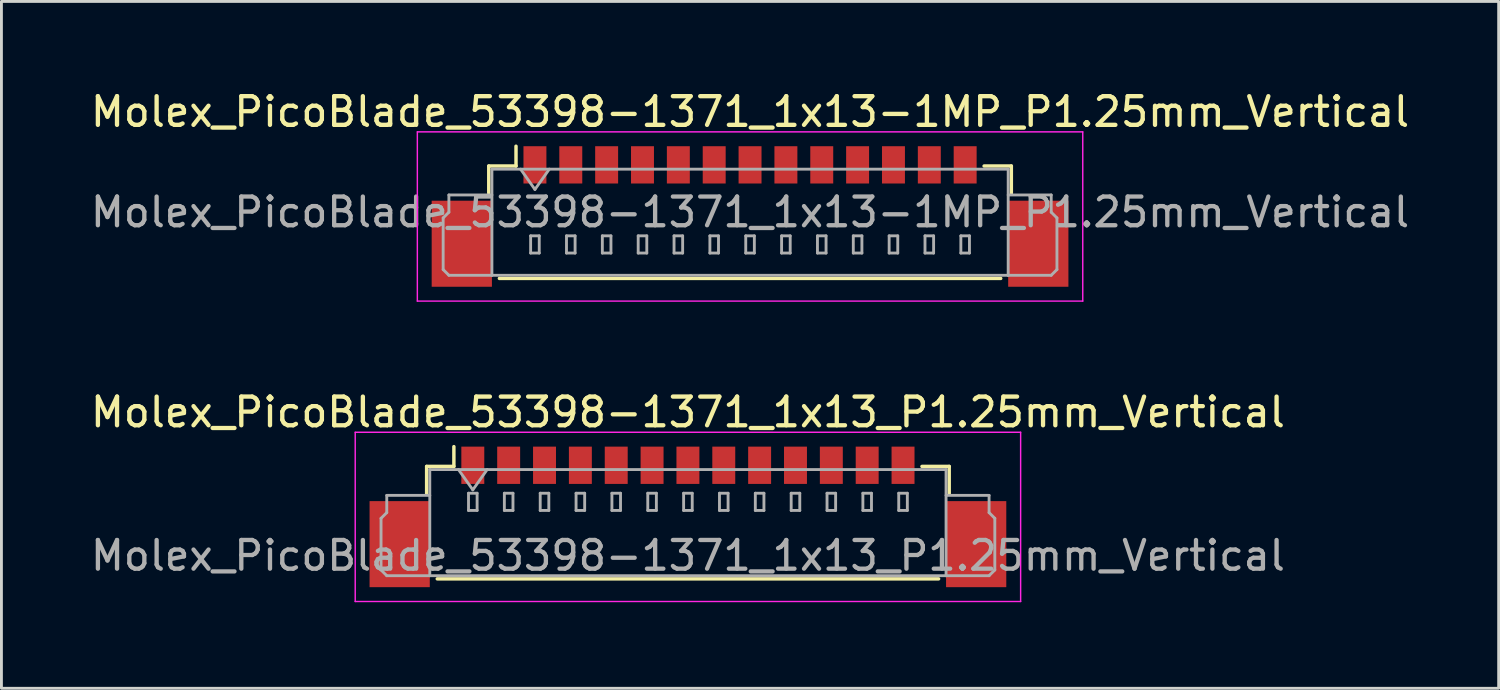
<source format=kicad_pcb>
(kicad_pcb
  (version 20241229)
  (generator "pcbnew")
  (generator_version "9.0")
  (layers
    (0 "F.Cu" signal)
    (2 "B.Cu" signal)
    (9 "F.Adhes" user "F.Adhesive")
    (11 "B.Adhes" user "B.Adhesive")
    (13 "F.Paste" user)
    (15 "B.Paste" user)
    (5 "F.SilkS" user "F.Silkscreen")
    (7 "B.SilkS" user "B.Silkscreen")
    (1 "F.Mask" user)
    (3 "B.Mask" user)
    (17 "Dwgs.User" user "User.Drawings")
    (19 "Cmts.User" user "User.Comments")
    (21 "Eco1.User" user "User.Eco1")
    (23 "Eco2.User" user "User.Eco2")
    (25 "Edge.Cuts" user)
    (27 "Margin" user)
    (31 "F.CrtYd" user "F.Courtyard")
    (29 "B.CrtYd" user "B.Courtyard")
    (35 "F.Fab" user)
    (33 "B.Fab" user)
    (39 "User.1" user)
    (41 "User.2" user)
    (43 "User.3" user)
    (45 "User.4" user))
  (footprint "Molex_PicoBlade_53398-1371_1x13-1MP_P1.25mm_Vertical"
    (layer "F.Cu")
    (at 23.101 3.948)
    (property "Reference" "Molex_PicoBlade_53398-1371_1x13-1MP_P1.25mm_Vertical" (at 0 -3.1 0) (layer "F.SilkS") (effects (font (size 1 1) (thickness 0.15))))
    (attr smd)
    (fp_line (start -9.11 -1.21) (end -8.16 -1.21) (stroke (width 0.12) (type solid)) (layer "F.SilkS"))
    (fp_line (start -9.11 -0.26) (end -9.11 -1.21) (stroke (width 0.12) (type solid)) (layer "F.SilkS"))
    (fp_line (start -8.74 2.71) (end 8.74 2.71) (stroke (width 0.12) (type solid)) (layer "F.SilkS"))
    (fp_line (start -8.16 -1.21) (end -8.16 -1.9) (stroke (width 0.12) (type solid)) (layer "F.SilkS"))
    (fp_line (start 9.11 -1.21) (end 8.16 -1.21) (stroke (width 0.12) (type solid)) (layer "F.SilkS"))
    (fp_line (start 9.11 -0.26) (end 9.11 -1.21) (stroke (width 0.12) (type solid)) (layer "F.SilkS"))
    (fp_line (start -11.6 -2.4) (end -11.6 3.5) (stroke (width 0.05) (type solid)) (layer "F.CrtYd"))
    (fp_line (start -11.6 3.5) (end 11.6 3.5) (stroke (width 0.05) (type solid)) (layer "F.CrtYd"))
    (fp_line (start 11.6 -2.4) (end -11.6 -2.4) (stroke (width 0.05) (type solid)) (layer "F.CrtYd"))
    (fp_line (start 11.6 3.5) (end 11.6 -2.4) (stroke (width 0.05) (type solid)) (layer "F.CrtYd"))
    (fp_line (start -10.7 0.6) (end -10.5 0.4) (stroke (width 0.1) (type solid)) (layer "F.Fab"))
    (fp_line (start -10.7 2.4) (end -10.7 0.6) (stroke (width 0.1) (type solid)) (layer "F.Fab"))
    (fp_line (start -10.5 -0.2) (end -9 -0.2) (stroke (width 0.1) (type solid)) (layer "F.Fab"))
    (fp_line (start -10.5 0.4) (end -10.5 -0.2) (stroke (width 0.1) (type solid)) (layer "F.Fab"))
    (fp_line (start -10.5 2.6) (end -10.7 2.4) (stroke (width 0.1) (type solid)) (layer "F.Fab"))
    (fp_line (start -9 -1.1) (end -9 2.6) (stroke (width 0.1) (type solid)) (layer "F.Fab"))
    (fp_line (start -9 -1.1) (end 9 -1.1) (stroke (width 0.1) (type solid)) (layer "F.Fab"))
    (fp_line (start -9 2.6) (end -10.5 2.6) (stroke (width 0.1) (type solid)) (layer "F.Fab"))
    (fp_line (start -9 2.6) (end 9 2.6) (stroke (width 0.1) (type solid)) (layer "F.Fab"))
    (fp_line (start -8 -1.1) (end -7.5 -0.393) (stroke (width 0.1) (type solid)) (layer "F.Fab"))
    (fp_line (start -7.65 1.225) (end -7.65 1.825) (stroke (width 0.1) (type solid)) (layer "F.Fab"))
    (fp_line (start -7.65 1.825) (end -7.35 1.825) (stroke (width 0.1) (type solid)) (layer "F.Fab"))
    (fp_line (start -7.5 -0.393) (end -7 -1.1) (stroke (width 0.1) (type solid)) (layer "F.Fab"))
    (fp_line (start -7.35 1.225) (end -7.65 1.225) (stroke (width 0.1) (type solid)) (layer "F.Fab"))
    (fp_line (start -7.35 1.825) (end -7.35 1.225) (stroke (width 0.1) (type solid)) (layer "F.Fab"))
    (fp_line (start -6.4 1.225) (end -6.4 1.825) (stroke (width 0.1) (type solid)) (layer "F.Fab"))
    (fp_line (start -6.4 1.825) (end -6.1 1.825) (stroke (width 0.1) (type solid)) (layer "F.Fab"))
    (fp_line (start -6.1 1.225) (end -6.4 1.225) (stroke (width 0.1) (type solid)) (layer "F.Fab"))
    (fp_line (start -6.1 1.825) (end -6.1 1.225) (stroke (width 0.1) (type solid)) (layer "F.Fab"))
    (fp_line (start -5.15 1.225) (end -5.15 1.825) (stroke (width 0.1) (type solid)) (layer "F.Fab"))
    (fp_line (start -5.15 1.825) (end -4.85 1.825) (stroke (width 0.1) (type solid)) (layer "F.Fab"))
    (fp_line (start -4.85 1.225) (end -5.15 1.225) (stroke (width 0.1) (type solid)) (layer "F.Fab"))
    (fp_line (start -4.85 1.825) (end -4.85 1.225) (stroke (width 0.1) (type solid)) (layer "F.Fab"))
    (fp_line (start -3.9 1.225) (end -3.9 1.825) (stroke (width 0.1) (type solid)) (layer "F.Fab"))
    (fp_line (start -3.9 1.825) (end -3.6 1.825) (stroke (width 0.1) (type solid)) (layer "F.Fab"))
    (fp_line (start -3.6 1.225) (end -3.9 1.225) (stroke (width 0.1) (type solid)) (layer "F.Fab"))
    (fp_line (start -3.6 1.825) (end -3.6 1.225) (stroke (width 0.1) (type solid)) (layer "F.Fab"))
    (fp_line (start -2.65 1.225) (end -2.65 1.825) (stroke (width 0.1) (type solid)) (layer "F.Fab"))
    (fp_line (start -2.65 1.825) (end -2.35 1.825) (stroke (width 0.1) (type solid)) (layer "F.Fab"))
    (fp_line (start -2.35 1.225) (end -2.65 1.225) (stroke (width 0.1) (type solid)) (layer "F.Fab"))
    (fp_line (start -2.35 1.825) (end -2.35 1.225) (stroke (width 0.1) (type solid)) (layer "F.Fab"))
    (fp_line (start -1.4 1.225) (end -1.4 1.825) (stroke (width 0.1) (type solid)) (layer "F.Fab"))
    (fp_line (start -1.4 1.825) (end -1.1 1.825) (stroke (width 0.1) (type solid)) (layer "F.Fab"))
    (fp_line (start -1.1 1.225) (end -1.4 1.225) (stroke (width 0.1) (type solid)) (layer "F.Fab"))
    (fp_line (start -1.1 1.825) (end -1.1 1.225) (stroke (width 0.1) (type solid)) (layer "F.Fab"))
    (fp_line (start -0.15 1.225) (end -0.15 1.825) (stroke (width 0.1) (type solid)) (layer "F.Fab"))
    (fp_line (start -0.15 1.825) (end 0.15 1.825) (stroke (width 0.1) (type solid)) (layer "F.Fab"))
    (fp_line (start 0.15 1.225) (end -0.15 1.225) (stroke (width 0.1) (type solid)) (layer "F.Fab"))
    (fp_line (start 0.15 1.825) (end 0.15 1.225) (stroke (width 0.1) (type solid)) (layer "F.Fab"))
    (fp_line (start 1.1 1.225) (end 1.1 1.825) (stroke (width 0.1) (type solid)) (layer "F.Fab"))
    (fp_line (start 1.1 1.825) (end 1.4 1.825) (stroke (width 0.1) (type solid)) (layer "F.Fab"))
    (fp_line (start 1.4 1.225) (end 1.1 1.225) (stroke (width 0.1) (type solid)) (layer "F.Fab"))
    (fp_line (start 1.4 1.825) (end 1.4 1.225) (stroke (width 0.1) (type solid)) (layer "F.Fab"))
    (fp_line (start 2.35 1.225) (end 2.35 1.825) (stroke (width 0.1) (type solid)) (layer "F.Fab"))
    (fp_line (start 2.35 1.825) (end 2.65 1.825) (stroke (width 0.1) (type solid)) (layer "F.Fab"))
    (fp_line (start 2.65 1.225) (end 2.35 1.225) (stroke (width 0.1) (type solid)) (layer "F.Fab"))
    (fp_line (start 2.65 1.825) (end 2.65 1.225) (stroke (width 0.1) (type solid)) (layer "F.Fab"))
    (fp_line (start 3.6 1.225) (end 3.6 1.825) (stroke (width 0.1) (type solid)) (layer "F.Fab"))
    (fp_line (start 3.6 1.825) (end 3.9 1.825) (stroke (width 0.1) (type solid)) (layer "F.Fab"))
    (fp_line (start 3.9 1.225) (end 3.6 1.225) (stroke (width 0.1) (type solid)) (layer "F.Fab"))
    (fp_line (start 3.9 1.825) (end 3.9 1.225) (stroke (width 0.1) (type solid)) (layer "F.Fab"))
    (fp_line (start 4.85 1.225) (end 4.85 1.825) (stroke (width 0.1) (type solid)) (layer "F.Fab"))
    (fp_line (start 4.85 1.825) (end 5.15 1.825) (stroke (width 0.1) (type solid)) (layer "F.Fab"))
    (fp_line (start 5.15 1.225) (end 4.85 1.225) (stroke (width 0.1) (type solid)) (layer "F.Fab"))
    (fp_line (start 5.15 1.825) (end 5.15 1.225) (stroke (width 0.1) (type solid)) (layer "F.Fab"))
    (fp_line (start 6.1 1.225) (end 6.1 1.825) (stroke (width 0.1) (type solid)) (layer "F.Fab"))
    (fp_line (start 6.1 1.825) (end 6.4 1.825) (stroke (width 0.1) (type solid)) (layer "F.Fab"))
    (fp_line (start 6.4 1.225) (end 6.1 1.225) (stroke (width 0.1) (type solid)) (layer "F.Fab"))
    (fp_line (start 6.4 1.825) (end 6.4 1.225) (stroke (width 0.1) (type solid)) (layer "F.Fab"))
    (fp_line (start 7.35 1.225) (end 7.35 1.825) (stroke (width 0.1) (type solid)) (layer "F.Fab"))
    (fp_line (start 7.35 1.825) (end 7.65 1.825) (stroke (width 0.1) (type solid)) (layer "F.Fab"))
    (fp_line (start 7.65 1.225) (end 7.35 1.225) (stroke (width 0.1) (type solid)) (layer "F.Fab"))
    (fp_line (start 7.65 1.825) (end 7.65 1.225) (stroke (width 0.1) (type solid)) (layer "F.Fab"))
    (fp_line (start 9 -1.1) (end 9 2.6) (stroke (width 0.1) (type solid)) (layer "F.Fab"))
    (fp_line (start 9 2.6) (end 10.5 2.6) (stroke (width 0.1) (type solid)) (layer "F.Fab"))
    (fp_line (start 10.5 -0.2) (end 9 -0.2) (stroke (width 0.1) (type solid)) (layer "F.Fab"))
    (fp_line (start 10.5 0.4) (end 10.5 -0.2) (stroke (width 0.1) (type solid)) (layer "F.Fab"))
    (fp_line (start 10.5 2.6) (end 10.7 2.4) (stroke (width 0.1) (type solid)) (layer "F.Fab"))
    (fp_line (start 10.7 0.6) (end 10.5 0.4) (stroke (width 0.1) (type solid)) (layer "F.Fab"))
    (fp_line (start 10.7 2.4) (end 10.7 0.6) (stroke (width 0.1) (type solid)) (layer "F.Fab"))
    (fp_text user "${REFERENCE}" (at 0 0.4 0) (layer "F.Fab") (effects (font (size 1 1) (thickness 0.15))))
    (pad "1" smd rect (at -7.5 -1.25) (size 0.8 1.3) (layers "F.Cu" "F.Mask" "F.Paste"))
    (pad "2" smd rect (at -6.25 -1.25) (size 0.8 1.3) (layers "F.Cu" "F.Mask" "F.Paste"))
    (pad "3" smd rect (at -5 -1.25) (size 0.8 1.3) (layers "F.Cu" "F.Mask" "F.Paste"))
    (pad "4" smd rect (at -3.75 -1.25) (size 0.8 1.3) (layers "F.Cu" "F.Mask" "F.Paste"))
    (pad "5" smd rect (at -2.5 -1.25) (size 0.8 1.3) (layers "F.Cu" "F.Mask" "F.Paste"))
    (pad "6" smd rect (at -1.25 -1.25) (size 0.8 1.3) (layers "F.Cu" "F.Mask" "F.Paste"))
    (pad "7" smd rect (at 0 -1.25) (size 0.8 1.3) (layers "F.Cu" "F.Mask" "F.Paste"))
    (pad "8" smd rect (at 1.25 -1.25) (size 0.8 1.3) (layers "F.Cu" "F.Mask" "F.Paste"))
    (pad "9" smd rect (at 2.5 -1.25) (size 0.8 1.3) (layers "F.Cu" "F.Mask" "F.Paste"))
    (pad "10" smd rect (at 3.75 -1.25) (size 0.8 1.3) (layers "F.Cu" "F.Mask" "F.Paste"))
    (pad "11" smd rect (at 5 -1.25) (size 0.8 1.3) (layers "F.Cu" "F.Mask" "F.Paste"))
    (pad "12" smd rect (at 6.25 -1.25) (size 0.8 1.3) (layers "F.Cu" "F.Mask" "F.Paste"))
    (pad "13" smd rect (at 7.5 -1.25) (size 0.8 1.3) (layers "F.Cu" "F.Mask" "F.Paste"))
    (pad "MP" smd rect (at -10.05 1.5) (size 2.1 3) (layers "F.Cu" "F.Mask" "F.Paste"))
    (pad "MP" smd rect (at 10.05 1.5) (size 2.1 3) (layers "F.Cu" "F.Mask" "F.Paste")))
  (footprint "Molex_PicoBlade_53398-1371_1x13_P1.25mm_Vertical"
    (layer "F.Cu")
    (at 20.935 14.972)
    (property "Reference" "Molex_PicoBlade_53398-1371_1x13_P1.25mm_Vertical" (at 0 -3.65 0) (layer "F.SilkS") (effects (font (size 1 1) (thickness 0.15))))
    (attr smd)
    (fp_line (start -9.11 -1.76) (end -8.16 -1.76) (stroke (width 0.12) (type solid)) (layer "F.SilkS"))
    (fp_line (start -9.11 -0.81) (end -9.11 -1.76) (stroke (width 0.12) (type solid)) (layer "F.SilkS"))
    (fp_line (start -8.74 2.16) (end 8.74 2.16) (stroke (width 0.12) (type solid)) (layer "F.SilkS"))
    (fp_line (start -8.16 -1.76) (end -8.16 -2.45) (stroke (width 0.12) (type solid)) (layer "F.SilkS"))
    (fp_line (start 9.11 -1.76) (end 8.16 -1.76) (stroke (width 0.12) (type solid)) (layer "F.SilkS"))
    (fp_line (start 9.11 -0.81) (end 9.11 -1.76) (stroke (width 0.12) (type solid)) (layer "F.SilkS"))
    (fp_line (start -11.6 -2.95) (end -11.6 2.95) (stroke (width 0.05) (type solid)) (layer "F.CrtYd"))
    (fp_line (start -11.6 2.95) (end 11.6 2.95) (stroke (width 0.05) (type solid)) (layer "F.CrtYd"))
    (fp_line (start 11.6 -2.95) (end -11.6 -2.95) (stroke (width 0.05) (type solid)) (layer "F.CrtYd"))
    (fp_line (start 11.6 2.95) (end 11.6 -2.95) (stroke (width 0.05) (type solid)) (layer "F.CrtYd"))
    (fp_line (start -10.7 0.05) (end -10.5 -0.15) (stroke (width 0.1) (type solid)) (layer "F.Fab"))
    (fp_line (start -10.7 1.85) (end -10.7 0.05) (stroke (width 0.1) (type solid)) (layer "F.Fab"))
    (fp_line (start -10.5 -0.75) (end -9 -0.75) (stroke (width 0.1) (type solid)) (layer "F.Fab"))
    (fp_line (start -10.5 -0.15) (end -10.5 -0.75) (stroke (width 0.1) (type solid)) (layer "F.Fab"))
    (fp_line (start -10.5 2.05) (end -10.7 1.85) (stroke (width 0.1) (type solid)) (layer "F.Fab"))
    (fp_line (start -9 -1.65) (end -9 2.05) (stroke (width 0.1) (type solid)) (layer "F.Fab"))
    (fp_line (start -9 -1.65) (end 9 -1.65) (stroke (width 0.1) (type solid)) (layer "F.Fab"))
    (fp_line (start -9 2.05) (end -10.5 2.05) (stroke (width 0.1) (type solid)) (layer "F.Fab"))
    (fp_line (start -9 2.05) (end 9 2.05) (stroke (width 0.1) (type solid)) (layer "F.Fab"))
    (fp_line (start -8 -1.65) (end -7.5 -0.943) (stroke (width 0.1) (type solid)) (layer "F.Fab"))
    (fp_line (start -7.65 -0.825) (end -7.65 -0.225) (stroke (width 0.1) (type solid)) (layer "F.Fab"))
    (fp_line (start -7.65 -0.225) (end -7.35 -0.225) (stroke (width 0.1) (type solid)) (layer "F.Fab"))
    (fp_line (start -7.5 -0.943) (end -7 -1.65) (stroke (width 0.1) (type solid)) (layer "F.Fab"))
    (fp_line (start -7.35 -0.825) (end -7.65 -0.825) (stroke (width 0.1) (type solid)) (layer "F.Fab"))
    (fp_line (start -7.35 -0.225) (end -7.35 -0.825) (stroke (width 0.1) (type solid)) (layer "F.Fab"))
    (fp_line (start -6.4 -0.825) (end -6.4 -0.225) (stroke (width 0.1) (type solid)) (layer "F.Fab"))
    (fp_line (start -6.4 -0.225) (end -6.1 -0.225) (stroke (width 0.1) (type solid)) (layer "F.Fab"))
    (fp_line (start -6.1 -0.825) (end -6.4 -0.825) (stroke (width 0.1) (type solid)) (layer "F.Fab"))
    (fp_line (start -6.1 -0.225) (end -6.1 -0.825) (stroke (width 0.1) (type solid)) (layer "F.Fab"))
    (fp_line (start -5.15 -0.825) (end -5.15 -0.225) (stroke (width 0.1) (type solid)) (layer "F.Fab"))
    (fp_line (start -5.15 -0.225) (end -4.85 -0.225) (stroke (width 0.1) (type solid)) (layer "F.Fab"))
    (fp_line (start -4.85 -0.825) (end -5.15 -0.825) (stroke (width 0.1) (type solid)) (layer "F.Fab"))
    (fp_line (start -4.85 -0.225) (end -4.85 -0.825) (stroke (width 0.1) (type solid)) (layer "F.Fab"))
    (fp_line (start -3.9 -0.825) (end -3.9 -0.225) (stroke (width 0.1) (type solid)) (layer "F.Fab"))
    (fp_line (start -3.9 -0.225) (end -3.6 -0.225) (stroke (width 0.1) (type solid)) (layer "F.Fab"))
    (fp_line (start -3.6 -0.825) (end -3.9 -0.825) (stroke (width 0.1) (type solid)) (layer "F.Fab"))
    (fp_line (start -3.6 -0.225) (end -3.6 -0.825) (stroke (width 0.1) (type solid)) (layer "F.Fab"))
    (fp_line (start -2.65 -0.825) (end -2.65 -0.225) (stroke (width 0.1) (type solid)) (layer "F.Fab"))
    (fp_line (start -2.65 -0.225) (end -2.35 -0.225) (stroke (width 0.1) (type solid)) (layer "F.Fab"))
    (fp_line (start -2.35 -0.825) (end -2.65 -0.825) (stroke (width 0.1) (type solid)) (layer "F.Fab"))
    (fp_line (start -2.35 -0.225) (end -2.35 -0.825) (stroke (width 0.1) (type solid)) (layer "F.Fab"))
    (fp_line (start -1.4 -0.825) (end -1.4 -0.225) (stroke (width 0.1) (type solid)) (layer "F.Fab"))
    (fp_line (start -1.4 -0.225) (end -1.1 -0.225) (stroke (width 0.1) (type solid)) (layer "F.Fab"))
    (fp_line (start -1.1 -0.825) (end -1.4 -0.825) (stroke (width 0.1) (type solid)) (layer "F.Fab"))
    (fp_line (start -1.1 -0.225) (end -1.1 -0.825) (stroke (width 0.1) (type solid)) (layer "F.Fab"))
    (fp_line (start -0.15 -0.825) (end -0.15 -0.225) (stroke (width 0.1) (type solid)) (layer "F.Fab"))
    (fp_line (start -0.15 -0.225) (end 0.15 -0.225) (stroke (width 0.1) (type solid)) (layer "F.Fab"))
    (fp_line (start 0.15 -0.825) (end -0.15 -0.825) (stroke (width 0.1) (type solid)) (layer "F.Fab"))
    (fp_line (start 0.15 -0.225) (end 0.15 -0.825) (stroke (width 0.1) (type solid)) (layer "F.Fab"))
    (fp_line (start 1.1 -0.825) (end 1.1 -0.225) (stroke (width 0.1) (type solid)) (layer "F.Fab"))
    (fp_line (start 1.1 -0.225) (end 1.4 -0.225) (stroke (width 0.1) (type solid)) (layer "F.Fab"))
    (fp_line (start 1.4 -0.825) (end 1.1 -0.825) (stroke (width 0.1) (type solid)) (layer "F.Fab"))
    (fp_line (start 1.4 -0.225) (end 1.4 -0.825) (stroke (width 0.1) (type solid)) (layer "F.Fab"))
    (fp_line (start 2.35 -0.825) (end 2.35 -0.225) (stroke (width 0.1) (type solid)) (layer "F.Fab"))
    (fp_line (start 2.35 -0.225) (end 2.65 -0.225) (stroke (width 0.1) (type solid)) (layer "F.Fab"))
    (fp_line (start 2.65 -0.825) (end 2.35 -0.825) (stroke (width 0.1) (type solid)) (layer "F.Fab"))
    (fp_line (start 2.65 -0.225) (end 2.65 -0.825) (stroke (width 0.1) (type solid)) (layer "F.Fab"))
    (fp_line (start 3.6 -0.825) (end 3.6 -0.225) (stroke (width 0.1) (type solid)) (layer "F.Fab"))
    (fp_line (start 3.6 -0.225) (end 3.9 -0.225) (stroke (width 0.1) (type solid)) (layer "F.Fab"))
    (fp_line (start 3.9 -0.825) (end 3.6 -0.825) (stroke (width 0.1) (type solid)) (layer "F.Fab"))
    (fp_line (start 3.9 -0.225) (end 3.9 -0.825) (stroke (width 0.1) (type solid)) (layer "F.Fab"))
    (fp_line (start 4.85 -0.825) (end 4.85 -0.225) (stroke (width 0.1) (type solid)) (layer "F.Fab"))
    (fp_line (start 4.85 -0.225) (end 5.15 -0.225) (stroke (width 0.1) (type solid)) (layer "F.Fab"))
    (fp_line (start 5.15 -0.825) (end 4.85 -0.825) (stroke (width 0.1) (type solid)) (layer "F.Fab"))
    (fp_line (start 5.15 -0.225) (end 5.15 -0.825) (stroke (width 0.1) (type solid)) (layer "F.Fab"))
    (fp_line (start 6.1 -0.825) (end 6.1 -0.225) (stroke (width 0.1) (type solid)) (layer "F.Fab"))
    (fp_line (start 6.1 -0.225) (end 6.4 -0.225) (stroke (width 0.1) (type solid)) (layer "F.Fab"))
    (fp_line (start 6.4 -0.825) (end 6.1 -0.825) (stroke (width 0.1) (type solid)) (layer "F.Fab"))
    (fp_line (start 6.4 -0.225) (end 6.4 -0.825) (stroke (width 0.1) (type solid)) (layer "F.Fab"))
    (fp_line (start 7.35 -0.825) (end 7.35 -0.225) (stroke (width 0.1) (type solid)) (layer "F.Fab"))
    (fp_line (start 7.35 -0.225) (end 7.65 -0.225) (stroke (width 0.1) (type solid)) (layer "F.Fab"))
    (fp_line (start 7.65 -0.825) (end 7.35 -0.825) (stroke (width 0.1) (type solid)) (layer "F.Fab"))
    (fp_line (start 7.65 -0.225) (end 7.65 -0.825) (stroke (width 0.1) (type solid)) (layer "F.Fab"))
    (fp_line (start 9 -1.65) (end 9 2.05) (stroke (width 0.1) (type solid)) (layer "F.Fab"))
    (fp_line (start 9 2.05) (end 10.5 2.05) (stroke (width 0.1) (type solid)) (layer "F.Fab"))
    (fp_line (start 10.5 -0.75) (end 9 -0.75) (stroke (width 0.1) (type solid)) (layer "F.Fab"))
    (fp_line (start 10.5 -0.15) (end 10.5 -0.75) (stroke (width 0.1) (type solid)) (layer "F.Fab"))
    (fp_line (start 10.5 2.05) (end 10.7 1.85) (stroke (width 0.1) (type solid)) (layer "F.Fab"))
    (fp_line (start 10.7 0.05) (end 10.5 -0.15) (stroke (width 0.1) (type solid)) (layer "F.Fab"))
    (fp_line (start 10.7 1.85) (end 10.7 0.05) (stroke (width 0.1) (type solid)) (layer "F.Fab"))
    (fp_text user "${REFERENCE}" (at 0 1.35 0) (layer "F.Fab") (effects (font (size 1 1) (thickness 0.15))))
    (pad "" smd rect (at -10.05 0.95) (size 2.1 3) (layers "F.Cu" "F.Mask" "F.Paste"))
    (pad "" smd rect (at 10.05 0.95) (size 2.1 3) (layers "F.Cu" "F.Mask" "F.Paste"))
    (pad "1" smd rect (at -7.5 -1.8) (size 0.8 1.3) (layers "F.Cu" "F.Mask" "F.Paste"))
    (pad "2" smd rect (at -6.25 -1.8) (size 0.8 1.3) (layers "F.Cu" "F.Mask" "F.Paste"))
    (pad "3" smd rect (at -5 -1.8) (size 0.8 1.3) (layers "F.Cu" "F.Mask" "F.Paste"))
    (pad "4" smd rect (at -3.75 -1.8) (size 0.8 1.3) (layers "F.Cu" "F.Mask" "F.Paste"))
    (pad "5" smd rect (at -2.5 -1.8) (size 0.8 1.3) (layers "F.Cu" "F.Mask" "F.Paste"))
    (pad "6" smd rect (at -1.25 -1.8) (size 0.8 1.3) (layers "F.Cu" "F.Mask" "F.Paste"))
    (pad "7" smd rect (at 0 -1.8) (size 0.8 1.3) (layers "F.Cu" "F.Mask" "F.Paste"))
    (pad "8" smd rect (at 1.25 -1.8) (size 0.8 1.3) (layers "F.Cu" "F.Mask" "F.Paste"))
    (pad "9" smd rect (at 2.5 -1.8) (size 0.8 1.3) (layers "F.Cu" "F.Mask" "F.Paste"))
    (pad "10" smd rect (at 3.75 -1.8) (size 0.8 1.3) (layers "F.Cu" "F.Mask" "F.Paste"))
    (pad "11" smd rect (at 5 -1.8) (size 0.8 1.3) (layers "F.Cu" "F.Mask" "F.Paste"))
    (pad "12" smd rect (at 6.25 -1.8) (size 0.8 1.3) (layers "F.Cu" "F.Mask" "F.Paste"))
    (pad "13" smd rect (at 7.5 -1.8) (size 0.8 1.3) (layers "F.Cu" "F.Mask" "F.Paste")))
  (gr_rect
    (start -3 -3)
    (end 49.202 20.947)
    (stroke (width 0.1) (type default))
    (fill no)
    (layer "Edge.Cuts")))
</source>
